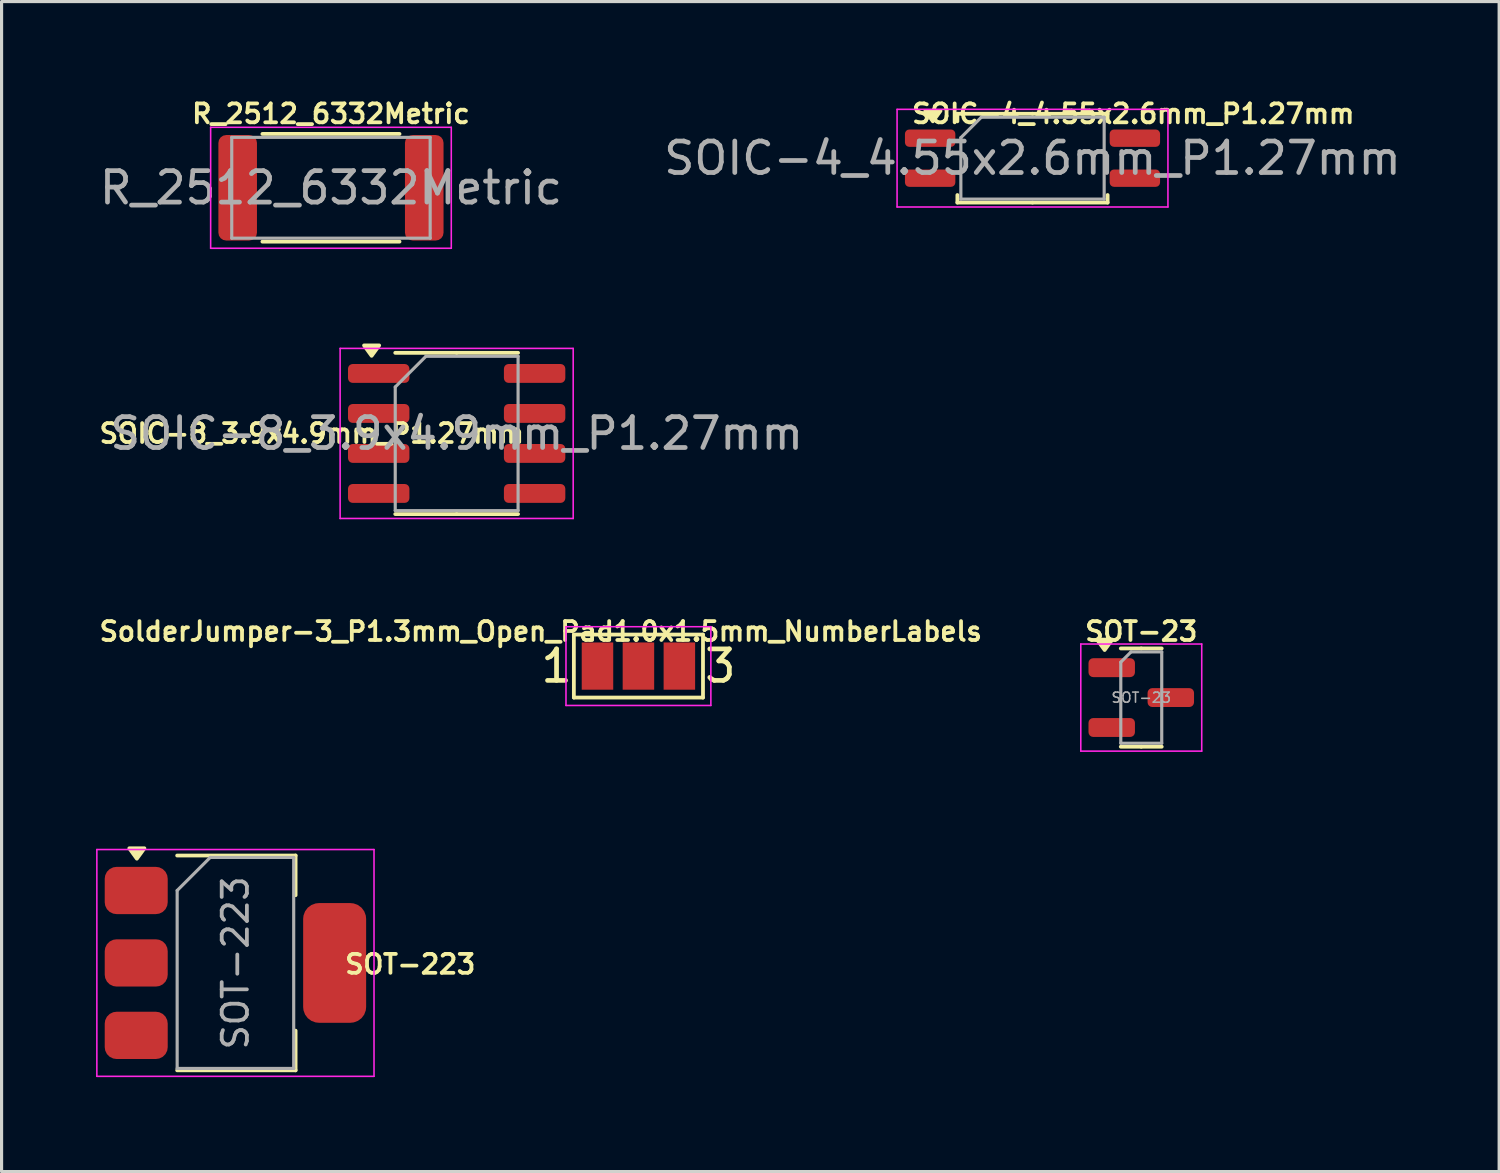
<source format=kicad_pcb>
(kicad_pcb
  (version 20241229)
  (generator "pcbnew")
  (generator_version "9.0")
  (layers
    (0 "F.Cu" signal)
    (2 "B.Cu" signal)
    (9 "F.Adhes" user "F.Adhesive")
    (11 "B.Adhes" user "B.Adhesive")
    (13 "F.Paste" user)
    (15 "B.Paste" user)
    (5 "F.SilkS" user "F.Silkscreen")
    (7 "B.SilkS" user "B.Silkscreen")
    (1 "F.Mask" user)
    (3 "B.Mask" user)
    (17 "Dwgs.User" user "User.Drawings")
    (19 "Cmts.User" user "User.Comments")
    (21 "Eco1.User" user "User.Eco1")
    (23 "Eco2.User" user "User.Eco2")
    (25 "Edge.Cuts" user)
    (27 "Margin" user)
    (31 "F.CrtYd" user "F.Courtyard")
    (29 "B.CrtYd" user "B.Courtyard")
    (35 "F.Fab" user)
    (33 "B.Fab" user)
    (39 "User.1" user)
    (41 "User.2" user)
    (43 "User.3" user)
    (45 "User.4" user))
  (footprint "R_2512_6332Metric"
    (layer "F.Cu")
    (at 7.458 2.912)
    (property "Reference" "R_2512_6332Metric" (at 0 -2.35 0) (layer "F.SilkS") (effects (font (size 0.6 0.6) (thickness 0.12))))
    (attr smd)
    (fp_line (start -2.177 -1.71) (end 2.177 -1.71) (stroke (width 0.12) (type solid)) (layer "F.SilkS"))
    (fp_line (start -2.177 1.71) (end 2.177 1.71) (stroke (width 0.12) (type solid)) (layer "F.SilkS"))
    (fp_line (start -3.82 -1.92) (end 3.82 -1.92) (stroke (width 0.05) (type solid)) (layer "F.CrtYd"))
    (fp_line (start -3.82 1.92) (end -3.82 -1.92) (stroke (width 0.05) (type solid)) (layer "F.CrtYd"))
    (fp_line (start 3.82 -1.92) (end 3.82 1.92) (stroke (width 0.05) (type solid)) (layer "F.CrtYd"))
    (fp_line (start 3.82 1.92) (end -3.82 1.92) (stroke (width 0.05) (type solid)) (layer "F.CrtYd"))
    (fp_line (start -3.15 -1.6) (end 3.15 -1.6) (stroke (width 0.1) (type solid)) (layer "F.Fab"))
    (fp_line (start -3.15 1.6) (end -3.15 -1.6) (stroke (width 0.1) (type solid)) (layer "F.Fab"))
    (fp_line (start 3.15 -1.6) (end 3.15 1.6) (stroke (width 0.1) (type solid)) (layer "F.Fab"))
    (fp_line (start 3.15 1.6) (end -3.15 1.6) (stroke (width 0.1) (type solid)) (layer "F.Fab"))
    (fp_text user "${REFERENCE}" (at 0 0 0) (layer "F.Fab") (effects (font (size 1 1) (thickness 0.15))))
    (pad "1" smd roundrect (at -2.962 0) (size 1.225 3.35) (layers "F.Cu" "F.Mask" "F.Paste") (roundrect_rratio 0.204))
    (pad "2" smd roundrect (at 2.962 0) (size 1.225 3.35) (layers "F.Cu" "F.Mask" "F.Paste") (roundrect_rratio 0.204)))
  (footprint "SolderJumper-3_P1.3mm_Open_Pad1.0x1.5mm_NumberLabels"
    (layer "F.Cu")
    (at 17.22 18.098)
    (property "Reference" "SolderJumper-3_P1.3mm_Open_Pad1.0x1.5mm_NumberLabels" (at -3.1 -1.1 180) (layer "F.SilkS") (effects (font (size 0.6 0.6) (thickness 0.12))))
    (attr exclude_from_pos_files exclude_from_bom)
    (fp_line (start -2.05 -1) (end 2.05 -1) (stroke (width 0.12) (type solid)) (layer "F.SilkS"))
    (fp_line (start -2.05 1) (end -2.05 -1) (stroke (width 0.12) (type solid)) (layer "F.SilkS"))
    (fp_line (start 2.05 -1) (end 2.05 1) (stroke (width 0.12) (type solid)) (layer "F.SilkS"))
    (fp_line (start 2.05 1) (end -2.05 1) (stroke (width 0.12) (type solid)) (layer "F.SilkS"))
    (fp_line (start -2.3 -1.25) (end -2.3 1.25) (stroke (width 0.05) (type solid)) (layer "F.CrtYd"))
    (fp_line (start -2.3 -1.25) (end 2.3 -1.25) (stroke (width 0.05) (type solid)) (layer "F.CrtYd"))
    (fp_line (start 2.3 1.25) (end -2.3 1.25) (stroke (width 0.05) (type solid)) (layer "F.CrtYd"))
    (fp_line (start 2.3 1.25) (end 2.3 -1.25) (stroke (width 0.05) (type solid)) (layer "F.CrtYd"))
    (fp_text user "3" (at 2.6 0 180) (layer "F.SilkS") (effects (font (size 1 1) (thickness 0.15))))
    (fp_text user "1" (at -2.6 0 180) (layer "F.SilkS") (effects (font (size 1 1) (thickness 0.15))))
    (pad "1" smd rect (at -1.3 0) (size 1 1.5) (layers "F.Cu" "F.Mask"))
    (pad "2" smd rect (at 0 0) (size 1 1.5) (layers "F.Cu" "F.Mask"))
    (pad "3" smd rect (at 1.3 0) (size 1 1.5) (layers "F.Cu" "F.Mask")))
  (footprint "SOIC-8_3.9x4.9mm_P1.27mm"
    (layer "F.Cu")
    (at 11.449 10.712)
    (property "Reference" "SOIC-8_3.9x4.9mm_P1.27mm" (at -4.6 0 180) (layer "F.SilkS") (effects (font (size 0.6 0.6) (thickness 0.12))))
    (attr smd)
    (fp_line (start 0 -2.56) (end -1.95 -2.56) (stroke (width 0.12) (type solid)) (layer "F.SilkS"))
    (fp_line (start 0 -2.56) (end 1.95 -2.56) (stroke (width 0.12) (type solid)) (layer "F.SilkS"))
    (fp_line (start 0 2.56) (end -1.95 2.56) (stroke (width 0.12) (type solid)) (layer "F.SilkS"))
    (fp_line (start 0 2.56) (end 1.95 2.56) (stroke (width 0.12) (type solid)) (layer "F.SilkS"))
    (fp_poly (pts (xy -2.7 -2.465) (xy -2.94 -2.795) (xy -2.46 -2.795) (xy -2.7 -2.465)) (stroke (width 0.12) (type solid)) (fill yes) (layer "F.SilkS"))
    (fp_line (start -3.7 -2.7) (end -3.7 2.7) (stroke (width 0.05) (type solid)) (layer "F.CrtYd"))
    (fp_line (start -3.7 2.7) (end 3.7 2.7) (stroke (width 0.05) (type solid)) (layer "F.CrtYd"))
    (fp_line (start 3.7 -2.7) (end -3.7 -2.7) (stroke (width 0.05) (type solid)) (layer "F.CrtYd"))
    (fp_line (start 3.7 2.7) (end 3.7 -2.7) (stroke (width 0.05) (type solid)) (layer "F.CrtYd"))
    (fp_line (start -1.95 -1.475) (end -0.975 -2.45) (stroke (width 0.1) (type solid)) (layer "F.Fab"))
    (fp_line (start -1.95 2.45) (end -1.95 -1.475) (stroke (width 0.1) (type solid)) (layer "F.Fab"))
    (fp_line (start -0.975 -2.45) (end 1.95 -2.45) (stroke (width 0.1) (type solid)) (layer "F.Fab"))
    (fp_line (start 1.95 -2.45) (end 1.95 2.45) (stroke (width 0.1) (type solid)) (layer "F.Fab"))
    (fp_line (start 1.95 2.45) (end -1.95 2.45) (stroke (width 0.1) (type solid)) (layer "F.Fab"))
    (fp_text user "${REFERENCE}" (at 0 0 180) (layer "F.Fab") (effects (font (size 0.98 0.98) (thickness 0.15))))
    (pad "1" smd roundrect (at -2.475 -1.905) (size 1.95 0.6) (layers "F.Cu" "F.Mask" "F.Paste") (roundrect_rratio 0.25))
    (pad "2" smd roundrect (at -2.475 -0.635) (size 1.95 0.6) (layers "F.Cu" "F.Mask" "F.Paste") (roundrect_rratio 0.25))
    (pad "3" smd roundrect (at -2.475 0.635) (size 1.95 0.6) (layers "F.Cu" "F.Mask" "F.Paste") (roundrect_rratio 0.25))
    (pad "4" smd roundrect (at -2.475 1.905) (size 1.95 0.6) (layers "F.Cu" "F.Mask" "F.Paste") (roundrect_rratio 0.25))
    (pad "5" smd roundrect (at 2.475 1.905) (size 1.95 0.6) (layers "F.Cu" "F.Mask" "F.Paste") (roundrect_rratio 0.25))
    (pad "6" smd roundrect (at 2.475 0.635) (size 1.95 0.6) (layers "F.Cu" "F.Mask" "F.Paste") (roundrect_rratio 0.25))
    (pad "7" smd roundrect (at 2.475 -0.635) (size 1.95 0.6) (layers "F.Cu" "F.Mask" "F.Paste") (roundrect_rratio 0.25))
    (pad "8" smd roundrect (at 2.475 -1.905) (size 1.95 0.6) (layers "F.Cu" "F.Mask" "F.Paste") (roundrect_rratio 0.25)))
  (footprint "SOIC-4_4.55x2.6mm_P1.27mm"
    (layer "F.Cu")
    (at 29.732 1.972)
    (property "Reference" "SOIC-4_4.55x2.6mm_P1.27mm" (at 3.2 -1.41 180) (layer "F.SilkS") (effects (font (size 0.6 0.6) (thickness 0.12) (bold yes))))
    (attr smd)
    (fp_line (start -2.385 -1.41) (end -2.385 -1.17) (stroke (width 0.12) (type solid)) (layer "F.SilkS"))
    (fp_line (start -2.385 1.41) (end -2.385 1.17) (stroke (width 0.12) (type solid)) (layer "F.SilkS"))
    (fp_line (start 0 -1.41) (end -2.385 -1.41) (stroke (width 0.12) (type solid)) (layer "F.SilkS"))
    (fp_line (start 0 -1.41) (end 2.385 -1.41) (stroke (width 0.12) (type solid)) (layer "F.SilkS"))
    (fp_line (start 0 1.41) (end -2.385 1.41) (stroke (width 0.12) (type solid)) (layer "F.SilkS"))
    (fp_line (start 0 1.41) (end 2.385 1.41) (stroke (width 0.12) (type solid)) (layer "F.SilkS"))
    (fp_line (start 2.385 -1.41) (end 2.385 -1.17) (stroke (width 0.12) (type solid)) (layer "F.SilkS"))
    (fp_line (start 2.385 1.41) (end 2.385 1.17) (stroke (width 0.12) (type solid)) (layer "F.SilkS"))
    (fp_poly (pts (xy -3.163 -1.17) (xy -3.402 -1.5) (xy -2.922 -1.5) (xy -3.163 -1.17)) (stroke (width 0.12) (type solid)) (fill yes) (layer "F.SilkS"))
    (fp_line (start -4.3 -1.55) (end -4.3 1.55) (stroke (width 0.05) (type solid)) (layer "F.CrtYd"))
    (fp_line (start -4.3 1.55) (end 4.3 1.55) (stroke (width 0.05) (type solid)) (layer "F.CrtYd"))
    (fp_line (start 4.3 -1.55) (end -4.3 -1.55) (stroke (width 0.05) (type solid)) (layer "F.CrtYd"))
    (fp_line (start 4.3 1.55) (end 4.3 -1.55) (stroke (width 0.05) (type solid)) (layer "F.CrtYd"))
    (fp_line (start -2.275 -0.65) (end -1.625 -1.3) (stroke (width 0.1) (type solid)) (layer "F.Fab"))
    (fp_line (start -2.275 1.3) (end -2.275 -0.65) (stroke (width 0.1) (type solid)) (layer "F.Fab"))
    (fp_line (start -1.625 -1.3) (end 2.275 -1.3) (stroke (width 0.1) (type solid)) (layer "F.Fab"))
    (fp_line (start 2.275 -1.3) (end 2.275 1.3) (stroke (width 0.1) (type solid)) (layer "F.Fab"))
    (fp_line (start 2.275 1.3) (end -2.275 1.3) (stroke (width 0.1) (type solid)) (layer "F.Fab"))
    (fp_text user "${REFERENCE}" (at 0 0 180) (layer "F.Fab") (effects (font (size 1 1) (thickness 0.15))))
    (pad "1" smd roundrect (at -3.25 -0.635) (size 1.6 0.55) (layers "F.Cu" "F.Mask" "F.Paste") (roundrect_rratio 0.25))
    (pad "2" smd roundrect (at -3.25 0.635) (size 1.6 0.55) (layers "F.Cu" "F.Mask" "F.Paste") (roundrect_rratio 0.25))
    (pad "3" smd roundrect (at 3.25 0.635) (size 1.6 0.55) (layers "F.Cu" "F.Mask" "F.Paste") (roundrect_rratio 0.25))
    (pad "4" smd roundrect (at 3.25 -0.635) (size 1.6 0.55) (layers "F.Cu" "F.Mask" "F.Paste") (roundrect_rratio 0.25)))
  (footprint "SOT-223"
    (layer "F.Cu")
    (at 4.425 27.523)
    (property "Reference" "SOT-223" (at 5.55 0.042 0) (layer "F.SilkS") (effects (font (size 0.6 0.6) (thickness 0.12))))
    (attr smd)
    (fp_line (start -1.85 -3.41) (end 1.91 -3.41) (stroke (width 0.12) (type solid)) (layer "F.SilkS"))
    (fp_line (start -1.85 3.41) (end 1.91 3.41) (stroke (width 0.12) (type solid)) (layer "F.SilkS"))
    (fp_line (start 1.91 -3.41) (end 1.91 -2.15) (stroke (width 0.12) (type solid)) (layer "F.SilkS"))
    (fp_line (start 1.91 3.41) (end 1.91 2.15) (stroke (width 0.12) (type solid)) (layer "F.SilkS"))
    (fp_poly (pts (xy -3.13 -3.31) (xy -3.37 -3.64) (xy -2.89 -3.64) (xy -3.13 -3.31)) (stroke (width 0.12) (type solid)) (fill yes) (layer "F.SilkS"))
    (fp_line (start -4.4 -3.6) (end -4.4 3.6) (stroke (width 0.05) (type solid)) (layer "F.CrtYd"))
    (fp_line (start -4.4 3.6) (end 4.4 3.6) (stroke (width 0.05) (type solid)) (layer "F.CrtYd"))
    (fp_line (start 4.4 -3.6) (end -4.4 -3.6) (stroke (width 0.05) (type solid)) (layer "F.CrtYd"))
    (fp_line (start 4.4 3.6) (end 4.4 -3.6) (stroke (width 0.05) (type solid)) (layer "F.CrtYd"))
    (fp_line (start -1.85 -2.3) (end -1.85 3.35) (stroke (width 0.1) (type solid)) (layer "F.Fab"))
    (fp_line (start -1.85 -2.3) (end -0.8 -3.35) (stroke (width 0.1) (type solid)) (layer "F.Fab"))
    (fp_line (start -1.85 3.35) (end 1.85 3.35) (stroke (width 0.1) (type solid)) (layer "F.Fab"))
    (fp_line (start -0.8 -3.35) (end 1.85 -3.35) (stroke (width 0.1) (type solid)) (layer "F.Fab"))
    (fp_line (start 1.85 -3.35) (end 1.85 3.35) (stroke (width 0.1) (type solid)) (layer "F.Fab"))
    (fp_text user "${REFERENCE}" (at 0 0 90) (layer "F.Fab") (effects (font (size 0.8 0.8) (thickness 0.12))))
    (pad "1" smd roundrect (at -3.15 -2.3) (size 2 1.5) (layers "F.Cu" "F.Mask" "F.Paste") (roundrect_rratio 0.25))
    (pad "2" smd roundrect (at -3.15 0) (size 2 1.5) (layers "F.Cu" "F.Mask" "F.Paste") (roundrect_rratio 0.25))
    (pad "3" smd roundrect (at -3.15 2.3) (size 2 1.5) (layers "F.Cu" "F.Mask" "F.Paste") (roundrect_rratio 0.25))
    (pad "4" smd roundrect (at 3.15 0) (size 2 3.8) (layers "F.Cu" "F.Mask" "F.Paste") (roundrect_rratio 0.25)))
  (footprint "SOT-23"
    (layer "F.Cu")
    (at 33.185 19.098)
    (property "Reference" "SOT-23" (at 0 -2.1 0) (layer "F.SilkS") (effects (font (size 0.6 0.6) (thickness 0.12))))
    (attr smd)
    (fp_line (start 0 -1.56) (end -0.65 -1.56) (stroke (width 0.12) (type solid)) (layer "F.SilkS"))
    (fp_line (start 0 -1.56) (end 0.65 -1.56) (stroke (width 0.12) (type solid)) (layer "F.SilkS"))
    (fp_line (start 0 1.56) (end -0.65 1.56) (stroke (width 0.12) (type solid)) (layer "F.SilkS"))
    (fp_line (start 0 1.56) (end 0.65 1.56) (stroke (width 0.12) (type solid)) (layer "F.SilkS"))
    (fp_poly (pts (xy -1.163 -1.51) (xy -1.403 -1.84) (xy -0.922 -1.84) (xy -1.163 -1.51)) (stroke (width 0.12) (type solid)) (fill yes) (layer "F.SilkS"))
    (fp_line (start -1.92 -1.7) (end -1.92 1.7) (stroke (width 0.05) (type solid)) (layer "F.CrtYd"))
    (fp_line (start -1.92 1.7) (end 1.92 1.7) (stroke (width 0.05) (type solid)) (layer "F.CrtYd"))
    (fp_line (start 1.92 -1.7) (end -1.92 -1.7) (stroke (width 0.05) (type solid)) (layer "F.CrtYd"))
    (fp_line (start 1.92 1.7) (end 1.92 -1.7) (stroke (width 0.05) (type solid)) (layer "F.CrtYd"))
    (fp_line (start -0.65 -1.125) (end -0.325 -1.45) (stroke (width 0.1) (type solid)) (layer "F.Fab"))
    (fp_line (start -0.65 1.45) (end -0.65 -1.125) (stroke (width 0.1) (type solid)) (layer "F.Fab"))
    (fp_line (start -0.325 -1.45) (end 0.65 -1.45) (stroke (width 0.1) (type solid)) (layer "F.Fab"))
    (fp_line (start 0.65 -1.45) (end 0.65 1.45) (stroke (width 0.1) (type solid)) (layer "F.Fab"))
    (fp_line (start 0.65 1.45) (end -0.65 1.45) (stroke (width 0.1) (type solid)) (layer "F.Fab"))
    (fp_text user "${REFERENCE}" (at 0 0 0) (layer "F.Fab") (effects (font (size 0.32 0.32) (thickness 0.05))))
    (pad "1" smd roundrect (at -0.938 -0.95) (size 1.475 0.6) (layers "F.Cu" "F.Mask" "F.Paste") (roundrect_rratio 0.25))
    (pad "2" smd roundrect (at -0.938 0.95) (size 1.475 0.6) (layers "F.Cu" "F.Mask" "F.Paste") (roundrect_rratio 0.25))
    (pad "3" smd roundrect (at 0.938 0) (size 1.475 0.6) (layers "F.Cu" "F.Mask" "F.Paste") (roundrect_rratio 0.25)))
  (gr_rect
    (start -3 -3)
    (end 44.548 34.148)
    (stroke (width 0.1) (type default))
    (fill no)
    (layer "Edge.Cuts")))
</source>
